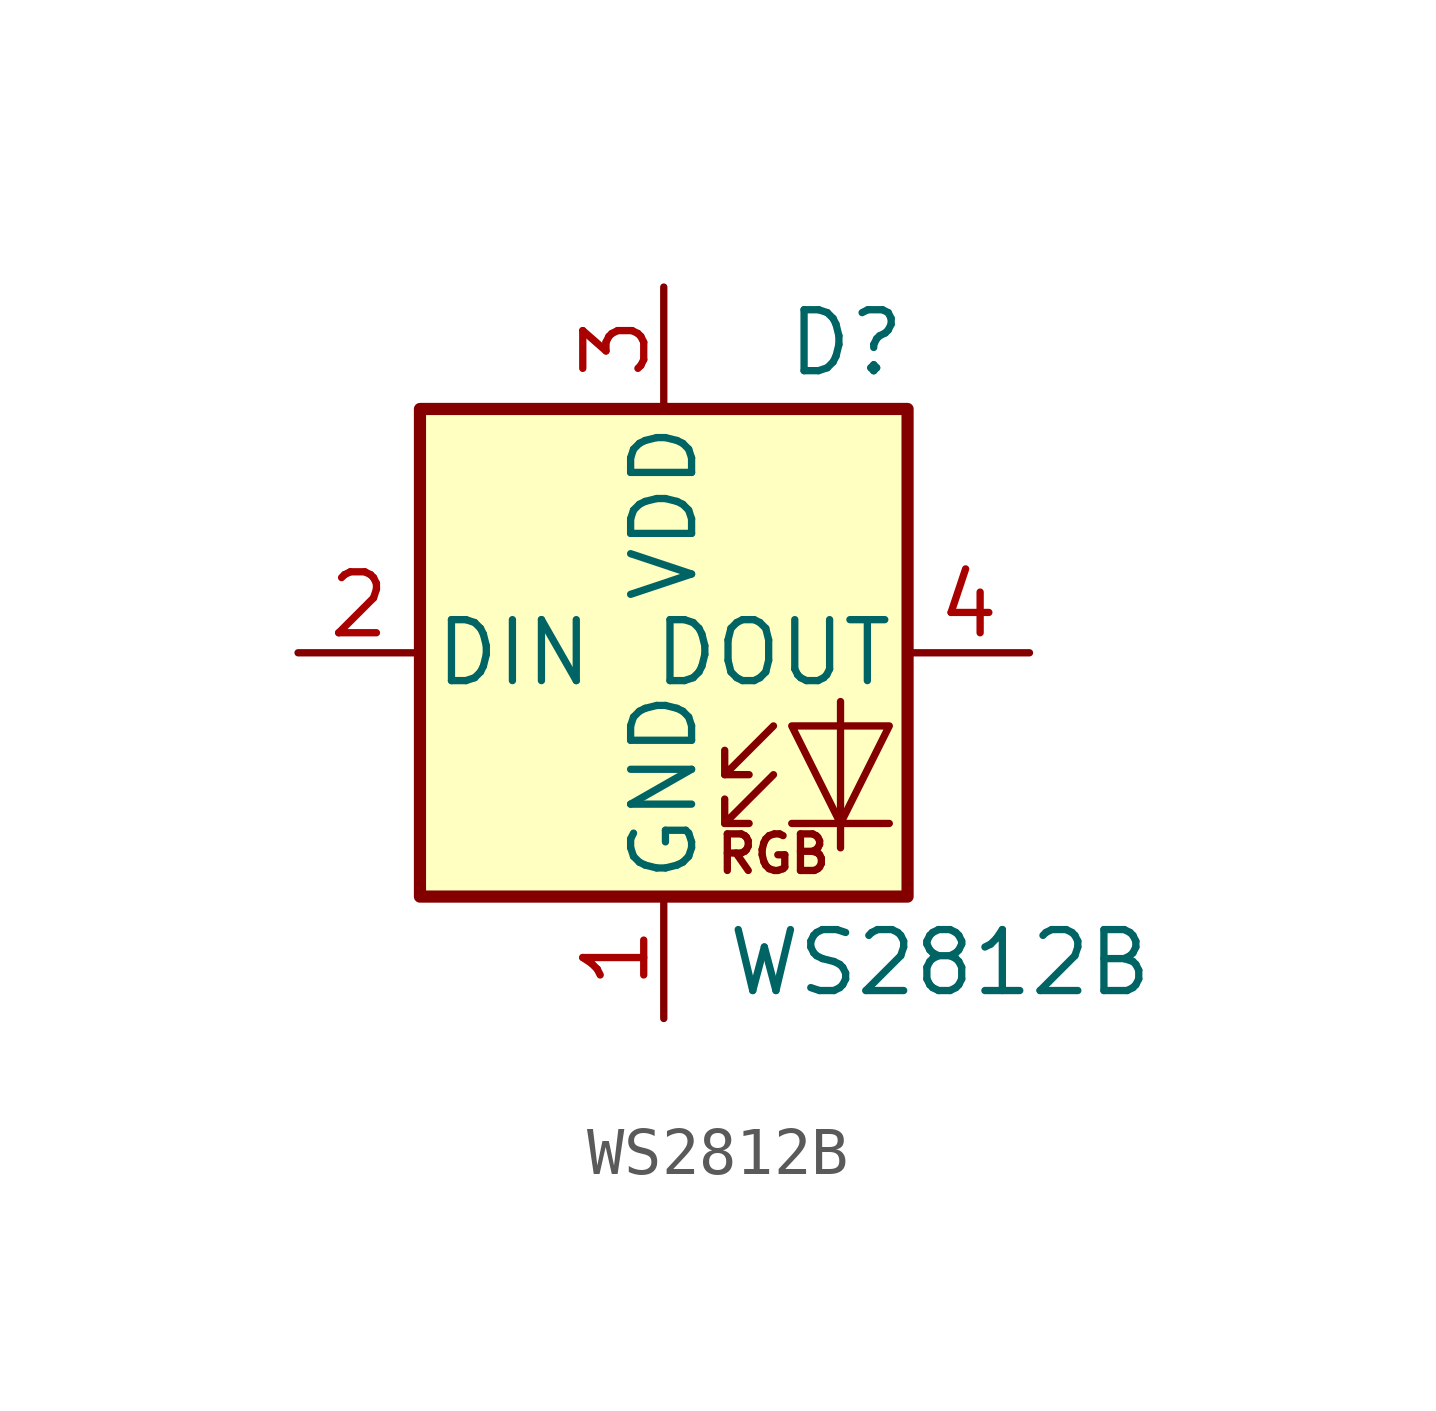
<source format=kicad_sym>
(kicad_symbol_lib
  (version 20211014)
  (generator kicad_symbol_editor)
  (symbol "WS2812B"
    (pin_names
      (offset 0.254))
    (property "Reference" "D"
      (at 5.08 5.715 0)
      (effects (font (size 1.27 1.27)) (justify right bottom)))
    (property "Value" "WS2812B"
      (at 1.27 -5.715 0)
      (effects (font (size 1.27 1.27)) (justify left top)))
    (symbol "WS2812B_0_0"
      (text "RGB" (at 2.286 -4.191 0) (effects (font (size 0.762 0.762)))))
    (symbol "WS2812B_0_1"
      (polyline (pts (xy 1.27 -3.556) (xy 1.778 -3.556)) (stroke (width 0) (type default) (color 0 0 0 0)) (fill (type none)))
      (polyline (pts (xy 1.27 -2.54) (xy 1.778 -2.54)) (stroke (width 0) (type default) (color 0 0 0 0)) (fill (type none)))
      (polyline (pts (xy 4.699 -3.556) (xy 2.667 -3.556)) (stroke (width 0) (type default) (color 0 0 0 0)) (fill (type none)))
      (polyline (pts (xy 2.286 -2.54) (xy 1.27 -3.556) (xy 1.27 -3.048)) (stroke (width 0) (type default) (color 0 0 0 0)) (fill (type none)))
      (polyline (pts (xy 2.286 -1.524) (xy 1.27 -2.54) (xy 1.27 -2.032)) (stroke (width 0) (type default) (color 0 0 0 0)) (fill (type none)))
      (polyline (pts (xy 3.683 -1.016) (xy 3.683 -3.556) (xy 3.683 -4.064)) (stroke (width 0) (type default) (color 0 0 0 0)) (fill (type none)))
      (polyline (pts (xy 4.699 -1.524) (xy 2.667 -1.524) (xy 3.683 -3.556) (xy 4.699 -1.524)) (stroke (width 0) (type default) (color 0 0 0 0)) (fill (type none)))
      (rectangle (start 5.08 5.08) (end -5.08 -5.08) (stroke (width 0.254) (type default) (color 0 0 0 0)) (fill (type background))))
    (symbol "WS2812B_1_1"
      (pin power_in line (at 0 -7.62 90) (length 2.54) (name "GND" (effects (font (size 1.27 1.27)))) (number "1" (effects (font (size 1.27 1.27)))))
      (pin input line (at -7.62 0 0) (length 2.54) (name "DIN" (effects (font (size 1.27 1.27)))) (number "2" (effects (font (size 1.27 1.27)))))
      (pin power_in line (at 0 7.62 270) (length 2.54) (name "VDD" (effects (font (size 1.27 1.27)))) (number "3" (effects (font (size 1.27 1.27)))))
      (pin output line (at 7.62 0 180) (length 2.54) (name "DOUT" (effects (font (size 1.27 1.27)))) (number "4" (effects (font (size 1.27 1.27))))))))
</source>
